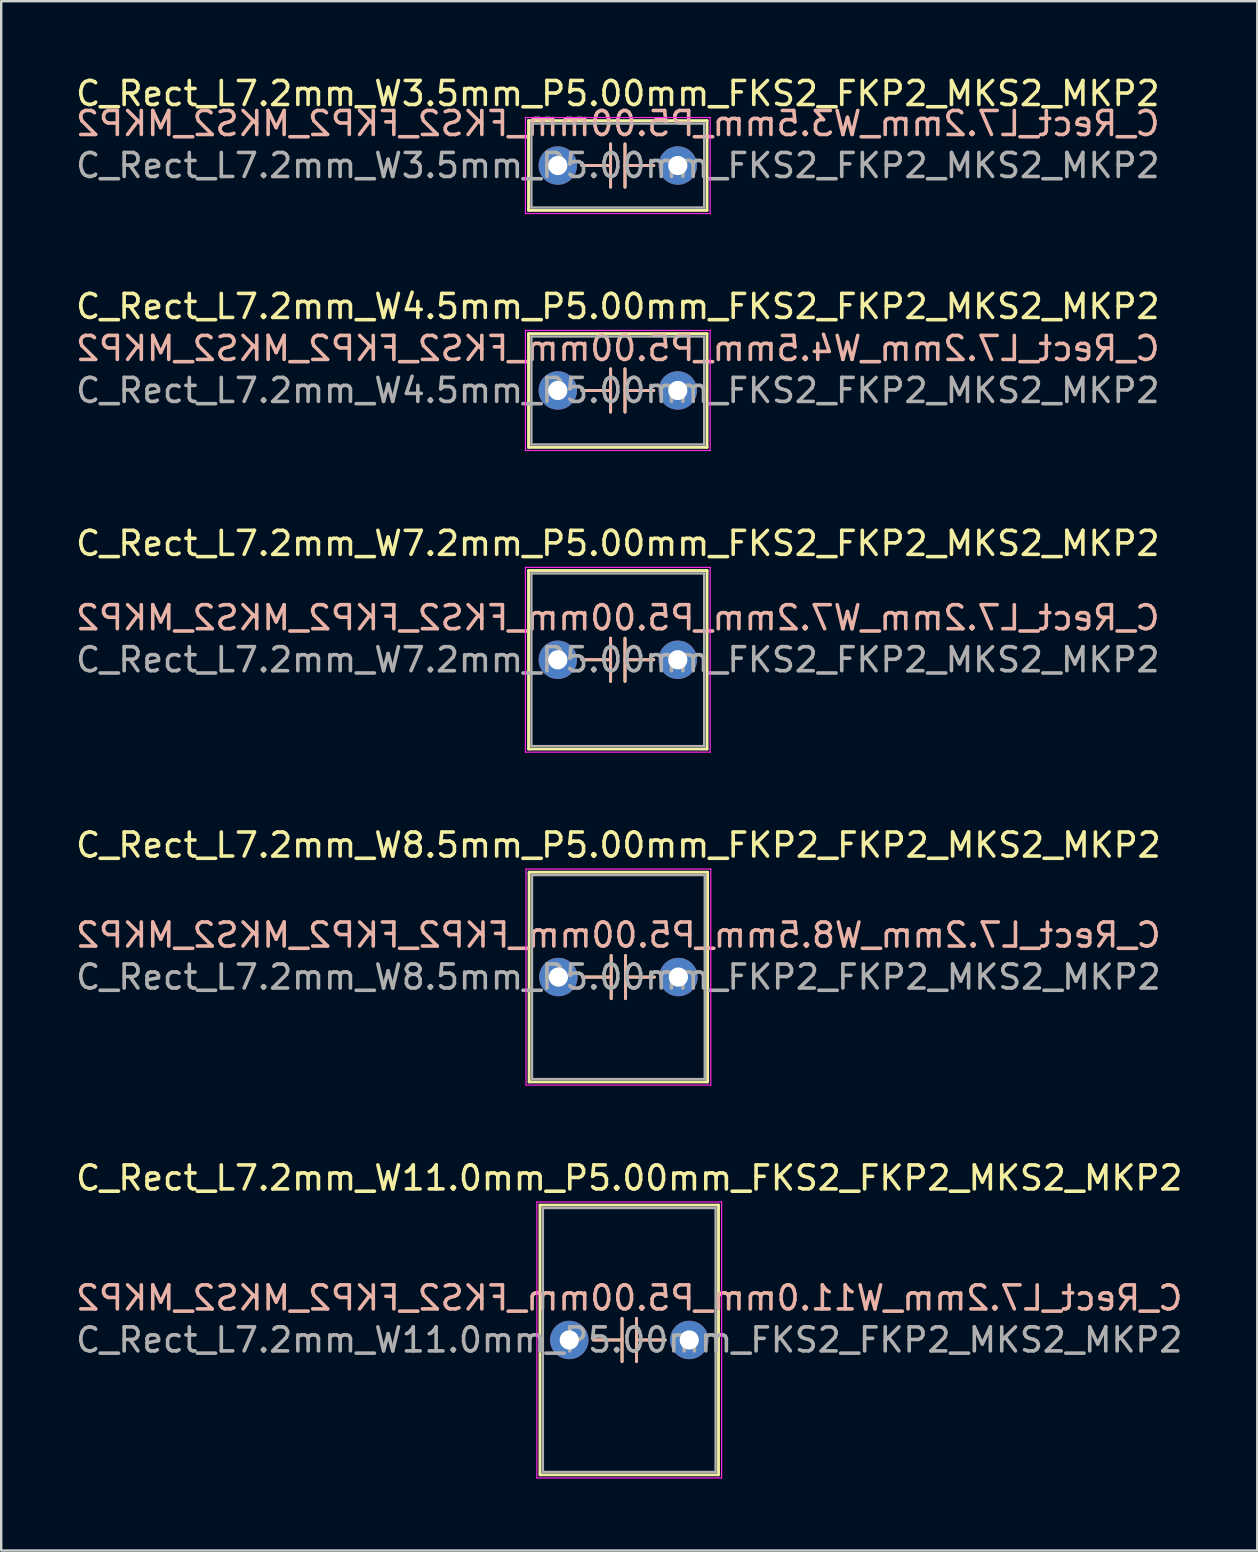
<source format=kicad_pcb>
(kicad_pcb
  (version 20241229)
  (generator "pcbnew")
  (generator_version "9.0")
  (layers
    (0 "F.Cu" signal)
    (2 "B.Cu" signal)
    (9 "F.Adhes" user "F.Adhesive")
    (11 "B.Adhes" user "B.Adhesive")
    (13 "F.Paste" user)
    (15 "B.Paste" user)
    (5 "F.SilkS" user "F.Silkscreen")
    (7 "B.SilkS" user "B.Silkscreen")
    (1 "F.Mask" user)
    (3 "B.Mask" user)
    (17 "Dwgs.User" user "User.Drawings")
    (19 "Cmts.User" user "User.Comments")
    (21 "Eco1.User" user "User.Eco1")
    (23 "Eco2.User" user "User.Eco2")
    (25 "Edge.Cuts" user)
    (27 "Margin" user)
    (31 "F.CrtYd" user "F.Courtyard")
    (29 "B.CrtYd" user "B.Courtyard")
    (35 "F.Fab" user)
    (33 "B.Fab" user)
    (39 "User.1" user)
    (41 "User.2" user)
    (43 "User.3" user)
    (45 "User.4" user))
  (footprint "C_Rect_L7.2mm_W4.5mm_P5.00mm_FKS2_FKP2_MKS2_MKP2"
    (layer "F.Cu")
    (at 20.196 13.222)
    (property "Reference" "C_Rect_L7.2mm_W4.5mm_P5.00mm_FKS2_FKP2_MKS2_MKP2" (at 2.5 -3.5 0) (layer "F.SilkS") (effects (font (size 1 1) (thickness 0.15))))
    (fp_line (start -1.22 -2.37) (end -1.22 2.37) (stroke (width 0.12) (type solid)) (layer "F.SilkS"))
    (fp_line (start -1.22 -2.37) (end 6.22 -2.37) (stroke (width 0.12) (type solid)) (layer "F.SilkS"))
    (fp_line (start -1.22 2.37) (end 6.22 2.37) (stroke (width 0.12) (type solid)) (layer "F.SilkS"))
    (fp_line (start 1 0) (end 2.2 0) (stroke (width 0.12) (type solid)) (layer "F.SilkS"))
    (fp_line (start 2.2 -0.9) (end 2.2 0.9) (stroke (width 0.12) (type solid)) (layer "F.SilkS"))
    (fp_line (start 2.8 -0.9) (end 2.8 0.9) (stroke (width 0.12) (type solid)) (layer "F.SilkS"))
    (fp_line (start 4 0) (end 2.8 0) (stroke (width 0.12) (type solid)) (layer "F.SilkS"))
    (fp_line (start 6.22 -2.37) (end 6.22 2.37) (stroke (width 0.12) (type solid)) (layer "F.SilkS"))
    (fp_line (start 1 0) (end 2.2 0) (stroke (width 0.12) (type solid)) (layer "B.SilkS"))
    (fp_line (start 2.2 0.9) (end 2.2 -0.9) (stroke (width 0.12) (type solid)) (layer "B.SilkS"))
    (fp_line (start 2.8 0.9) (end 2.8 -0.9) (stroke (width 0.12) (type solid)) (layer "B.SilkS"))
    (fp_line (start 4 0) (end 2.8 0) (stroke (width 0.12) (type solid)) (layer "B.SilkS"))
    (fp_line (start -1.35 -2.5) (end -1.35 2.5) (stroke (width 0.05) (type solid)) (layer "F.CrtYd"))
    (fp_line (start -1.35 2.5) (end 6.35 2.5) (stroke (width 0.05) (type solid)) (layer "F.CrtYd"))
    (fp_line (start 6.35 -2.5) (end -1.35 -2.5) (stroke (width 0.05) (type solid)) (layer "F.CrtYd"))
    (fp_line (start 6.35 2.5) (end 6.35 -2.5) (stroke (width 0.05) (type solid)) (layer "F.CrtYd"))
    (fp_line (start -1.1 -2.25) (end -1.1 2.25) (stroke (width 0.1) (type solid)) (layer "F.Fab"))
    (fp_line (start -1.1 2.25) (end 6.1 2.25) (stroke (width 0.1) (type solid)) (layer "F.Fab"))
    (fp_line (start 6.1 -2.25) (end -1.1 -2.25) (stroke (width 0.1) (type solid)) (layer "F.Fab"))
    (fp_line (start 6.1 2.25) (end 6.1 -2.25) (stroke (width 0.1) (type solid)) (layer "F.Fab"))
    (fp_text user "${REFERENCE}" (at 2.5 -1.75 0) (layer "B.SilkS") (effects (font (size 1 1) (thickness 0.15)) (justify mirror)))
    (fp_text user "${REFERENCE}" (at 2.5 0 0) (layer "F.Fab") (effects (font (size 1 1) (thickness 0.15))))
    (pad "1" thru_hole circle (at 0 0) (size 1.6 1.6) (drill 0.8) (layers "*.Cu" "*.Mask"))
    (pad "2" thru_hole circle (at 5 0) (size 1.6 1.6) (drill 0.8) (layers "*.Cu" "*.Mask")))
  (footprint "C_Rect_L7.2mm_W11.0mm_P5.00mm_FKS2_FKP2_MKS2_MKP2"
    (layer "F.Cu")
    (at 20.673 52.791)
    (property "Reference" "C_Rect_L7.2mm_W11.0mm_P5.00mm_FKS2_FKP2_MKS2_MKP2" (at 2.5 -6.75 0) (layer "F.SilkS") (effects (font (size 1 1) (thickness 0.15))))
    (fp_line (start -1.22 -5.62) (end -1.22 5.62) (stroke (width 0.12) (type solid)) (layer "F.SilkS"))
    (fp_line (start -1.22 -5.62) (end 6.22 -5.62) (stroke (width 0.12) (type solid)) (layer "F.SilkS"))
    (fp_line (start -1.22 5.62) (end 6.22 5.62) (stroke (width 0.12) (type solid)) (layer "F.SilkS"))
    (fp_line (start 1 0) (end 2.2 0) (stroke (width 0.12) (type solid)) (layer "F.SilkS"))
    (fp_line (start 2.2 -0.9) (end 2.2 0.9) (stroke (width 0.12) (type solid)) (layer "F.SilkS"))
    (fp_line (start 2.8 -0.9) (end 2.8 0.9) (stroke (width 0.12) (type solid)) (layer "F.SilkS"))
    (fp_line (start 4 0) (end 2.8 0) (stroke (width 0.12) (type solid)) (layer "F.SilkS"))
    (fp_line (start 6.22 -5.62) (end 6.22 5.62) (stroke (width 0.12) (type solid)) (layer "F.SilkS"))
    (fp_line (start 1 0) (end 2.2 0) (stroke (width 0.12) (type solid)) (layer "B.SilkS"))
    (fp_line (start 2.2 0.9) (end 2.2 -0.9) (stroke (width 0.12) (type solid)) (layer "B.SilkS"))
    (fp_line (start 2.8 0.9) (end 2.8 -0.9) (stroke (width 0.12) (type solid)) (layer "B.SilkS"))
    (fp_line (start 4 0) (end 2.8 0) (stroke (width 0.12) (type solid)) (layer "B.SilkS"))
    (fp_line (start -1.35 -5.75) (end -1.35 5.75) (stroke (width 0.05) (type solid)) (layer "F.CrtYd"))
    (fp_line (start -1.35 5.75) (end 6.35 5.75) (stroke (width 0.05) (type solid)) (layer "F.CrtYd"))
    (fp_line (start 6.35 -5.75) (end -1.35 -5.75) (stroke (width 0.05) (type solid)) (layer "F.CrtYd"))
    (fp_line (start 6.35 5.75) (end 6.35 -5.75) (stroke (width 0.05) (type solid)) (layer "F.CrtYd"))
    (fp_line (start -1.1 -5.5) (end -1.1 5.5) (stroke (width 0.1) (type solid)) (layer "F.Fab"))
    (fp_line (start -1.1 5.5) (end 6.1 5.5) (stroke (width 0.1) (type solid)) (layer "F.Fab"))
    (fp_line (start 6.1 -5.5) (end -1.1 -5.5) (stroke (width 0.1) (type solid)) (layer "F.Fab"))
    (fp_line (start 6.1 5.5) (end 6.1 -5.5) (stroke (width 0.1) (type solid)) (layer "F.Fab"))
    (fp_text user "${REFERENCE}" (at 2.5 -1.75 0) (layer "B.SilkS") (effects (font (size 1 1) (thickness 0.15)) (justify mirror)))
    (fp_text user "${REFERENCE}" (at 2.5 0 0) (layer "F.Fab") (effects (font (size 1 1) (thickness 0.15))))
    (pad "1" thru_hole circle (at 0 0) (size 1.6 1.6) (drill 0.8) (layers "*.Cu" "*.Mask"))
    (pad "2" thru_hole circle (at 5 0) (size 1.6 1.6) (drill 0.8) (layers "*.Cu" "*.Mask")))
  (footprint "C_Rect_L7.2mm_W8.5mm_P5.00mm_FKP2_FKP2_MKS2_MKP2"
    (layer "F.Cu")
    (at 20.22 37.668)
    (property "Reference" "C_Rect_L7.2mm_W8.5mm_P5.00mm_FKP2_FKP2_MKS2_MKP2" (at 2.5 -5.5 0) (layer "F.SilkS") (effects (font (size 1 1) (thickness 0.15))))
    (fp_line (start -1.22 -4.37) (end -1.22 4.37) (stroke (width 0.12) (type solid)) (layer "F.SilkS"))
    (fp_line (start -1.22 -4.37) (end 6.22 -4.37) (stroke (width 0.12) (type solid)) (layer "F.SilkS"))
    (fp_line (start -1.22 4.37) (end 6.22 4.37) (stroke (width 0.12) (type solid)) (layer "F.SilkS"))
    (fp_line (start 1 0) (end 2.2 0) (stroke (width 0.12) (type solid)) (layer "F.SilkS"))
    (fp_line (start 2.2 -0.9) (end 2.2 0.9) (stroke (width 0.12) (type solid)) (layer "F.SilkS"))
    (fp_line (start 2.8 -0.9) (end 2.8 0.9) (stroke (width 0.12) (type solid)) (layer "F.SilkS"))
    (fp_line (start 4 0) (end 2.8 0) (stroke (width 0.12) (type solid)) (layer "F.SilkS"))
    (fp_line (start 6.22 -4.37) (end 6.22 4.37) (stroke (width 0.12) (type solid)) (layer "F.SilkS"))
    (fp_line (start 1 0) (end 2.2 0) (stroke (width 0.12) (type solid)) (layer "B.SilkS"))
    (fp_line (start 2.2 0.9) (end 2.2 -0.9) (stroke (width 0.12) (type solid)) (layer "B.SilkS"))
    (fp_line (start 2.8 0.9) (end 2.8 -0.9) (stroke (width 0.12) (type solid)) (layer "B.SilkS"))
    (fp_line (start 4 0) (end 2.8 0) (stroke (width 0.12) (type solid)) (layer "B.SilkS"))
    (fp_line (start -1.35 -4.5) (end -1.35 4.5) (stroke (width 0.05) (type solid)) (layer "F.CrtYd"))
    (fp_line (start -1.35 4.5) (end 6.35 4.5) (stroke (width 0.05) (type solid)) (layer "F.CrtYd"))
    (fp_line (start 6.35 -4.5) (end -1.35 -4.5) (stroke (width 0.05) (type solid)) (layer "F.CrtYd"))
    (fp_line (start 6.35 4.5) (end 6.35 -4.5) (stroke (width 0.05) (type solid)) (layer "F.CrtYd"))
    (fp_line (start -1.1 -4.25) (end -1.1 4.25) (stroke (width 0.1) (type solid)) (layer "F.Fab"))
    (fp_line (start -1.1 4.25) (end 6.1 4.25) (stroke (width 0.1) (type solid)) (layer "F.Fab"))
    (fp_line (start 6.1 -4.25) (end -1.1 -4.25) (stroke (width 0.1) (type solid)) (layer "F.Fab"))
    (fp_line (start 6.1 4.25) (end 6.1 -4.25) (stroke (width 0.1) (type solid)) (layer "F.Fab"))
    (fp_text user "${REFERENCE}" (at 2.5 -1.75 0) (layer "B.SilkS") (effects (font (size 1 1) (thickness 0.15)) (justify mirror)))
    (fp_text user "${REFERENCE}" (at 2.5 0 0) (layer "F.Fab") (effects (font (size 1 1) (thickness 0.15))))
    (pad "1" thru_hole circle (at 0 0) (size 1.6 1.6) (drill 0.8) (layers "*.Cu" "*.Mask"))
    (pad "2" thru_hole circle (at 5 0) (size 1.6 1.6) (drill 0.8) (layers "*.Cu" "*.Mask")))
  (footprint "C_Rect_L7.2mm_W7.2mm_P5.00mm_FKS2_FKP2_MKS2_MKP2"
    (layer "F.Cu")
    (at 20.196 24.445)
    (property "Reference" "C_Rect_L7.2mm_W7.2mm_P5.00mm_FKS2_FKP2_MKS2_MKP2" (at 2.5 -4.85 0) (layer "F.SilkS") (effects (font (size 1 1) (thickness 0.15))))
    (fp_line (start -1.22 -3.72) (end -1.22 3.72) (stroke (width 0.12) (type solid)) (layer "F.SilkS"))
    (fp_line (start -1.22 -3.72) (end 6.22 -3.72) (stroke (width 0.12) (type solid)) (layer "F.SilkS"))
    (fp_line (start -1.22 3.72) (end 6.22 3.72) (stroke (width 0.12) (type solid)) (layer "F.SilkS"))
    (fp_line (start 1 0) (end 2.2 0) (stroke (width 0.12) (type solid)) (layer "F.SilkS"))
    (fp_line (start 2.2 -0.9) (end 2.2 0.9) (stroke (width 0.12) (type solid)) (layer "F.SilkS"))
    (fp_line (start 2.8 -0.9) (end 2.8 0.9) (stroke (width 0.12) (type solid)) (layer "F.SilkS"))
    (fp_line (start 4 0) (end 2.8 0) (stroke (width 0.12) (type solid)) (layer "F.SilkS"))
    (fp_line (start 6.22 -3.72) (end 6.22 3.72) (stroke (width 0.12) (type solid)) (layer "F.SilkS"))
    (fp_line (start 1 0) (end 2.2 0) (stroke (width 0.12) (type solid)) (layer "B.SilkS"))
    (fp_line (start 2.2 0.9) (end 2.2 -0.9) (stroke (width 0.12) (type solid)) (layer "B.SilkS"))
    (fp_line (start 2.8 0.9) (end 2.8 -0.9) (stroke (width 0.12) (type solid)) (layer "B.SilkS"))
    (fp_line (start 4 0) (end 2.8 0) (stroke (width 0.12) (type solid)) (layer "B.SilkS"))
    (fp_line (start -1.35 -3.85) (end -1.35 3.85) (stroke (width 0.05) (type solid)) (layer "F.CrtYd"))
    (fp_line (start -1.35 3.85) (end 6.35 3.85) (stroke (width 0.05) (type solid)) (layer "F.CrtYd"))
    (fp_line (start 6.35 -3.85) (end -1.35 -3.85) (stroke (width 0.05) (type solid)) (layer "F.CrtYd"))
    (fp_line (start 6.35 3.85) (end 6.35 -3.85) (stroke (width 0.05) (type solid)) (layer "F.CrtYd"))
    (fp_line (start -1.1 -3.6) (end -1.1 3.6) (stroke (width 0.1) (type solid)) (layer "F.Fab"))
    (fp_line (start -1.1 3.6) (end 6.1 3.6) (stroke (width 0.1) (type solid)) (layer "F.Fab"))
    (fp_line (start 6.1 -3.6) (end -1.1 -3.6) (stroke (width 0.1) (type solid)) (layer "F.Fab"))
    (fp_line (start 6.1 3.6) (end 6.1 -3.6) (stroke (width 0.1) (type solid)) (layer "F.Fab"))
    (fp_text user "${REFERENCE}" (at 2.5 -1.75 0) (layer "B.SilkS") (effects (font (size 1 1) (thickness 0.15)) (justify mirror)))
    (fp_text user "${REFERENCE}" (at 2.5 0 0) (layer "F.Fab") (effects (font (size 1 1) (thickness 0.15))))
    (pad "1" thru_hole circle (at 0 0) (size 1.6 1.6) (drill 0.8) (layers "*.Cu" "*.Mask"))
    (pad "2" thru_hole circle (at 5 0) (size 1.6 1.6) (drill 0.8) (layers "*.Cu" "*.Mask")))
  (footprint "C_Rect_L7.2mm_W3.5mm_P5.00mm_FKS2_FKP2_MKS2_MKP2"
    (layer "F.Cu")
    (at 20.196 3.848)
    (property "Reference" "C_Rect_L7.2mm_W3.5mm_P5.00mm_FKS2_FKP2_MKS2_MKP2" (at 2.5 -3 0) (layer "F.SilkS") (effects (font (size 1 1) (thickness 0.15))))
    (fp_line (start -1.22 -1.87) (end -1.22 1.87) (stroke (width 0.12) (type solid)) (layer "F.SilkS"))
    (fp_line (start -1.22 -1.87) (end 6.22 -1.87) (stroke (width 0.12) (type solid)) (layer "F.SilkS"))
    (fp_line (start -1.22 1.87) (end 6.22 1.87) (stroke (width 0.12) (type solid)) (layer "F.SilkS"))
    (fp_line (start 1 0) (end 2.2 0) (stroke (width 0.12) (type solid)) (layer "F.SilkS"))
    (fp_line (start 2.2 -0.9) (end 2.2 0.9) (stroke (width 0.12) (type solid)) (layer "F.SilkS"))
    (fp_line (start 2.8 -0.9) (end 2.8 0.9) (stroke (width 0.12) (type solid)) (layer "F.SilkS"))
    (fp_line (start 4 0) (end 2.8 0) (stroke (width 0.12) (type solid)) (layer "F.SilkS"))
    (fp_line (start 6.22 -1.87) (end 6.22 1.87) (stroke (width 0.12) (type solid)) (layer "F.SilkS"))
    (fp_line (start 1 0) (end 2.2 0) (stroke (width 0.12) (type solid)) (layer "B.SilkS"))
    (fp_line (start 2.2 0.9) (end 2.2 -0.9) (stroke (width 0.12) (type solid)) (layer "B.SilkS"))
    (fp_line (start 2.8 0.9) (end 2.8 -0.9) (stroke (width 0.12) (type solid)) (layer "B.SilkS"))
    (fp_line (start 4 0) (end 2.8 0) (stroke (width 0.12) (type solid)) (layer "B.SilkS"))
    (fp_line (start -1.35 -2) (end -1.35 2) (stroke (width 0.05) (type solid)) (layer "F.CrtYd"))
    (fp_line (start -1.35 2) (end 6.35 2) (stroke (width 0.05) (type solid)) (layer "F.CrtYd"))
    (fp_line (start 6.35 -2) (end -1.35 -2) (stroke (width 0.05) (type solid)) (layer "F.CrtYd"))
    (fp_line (start 6.35 2) (end 6.35 -2) (stroke (width 0.05) (type solid)) (layer "F.CrtYd"))
    (fp_line (start -1.1 -1.75) (end -1.1 1.75) (stroke (width 0.1) (type solid)) (layer "F.Fab"))
    (fp_line (start -1.1 1.75) (end 6.1 1.75) (stroke (width 0.1) (type solid)) (layer "F.Fab"))
    (fp_line (start 6.1 -1.75) (end -1.1 -1.75) (stroke (width 0.1) (type solid)) (layer "F.Fab"))
    (fp_line (start 6.1 1.75) (end 6.1 -1.75) (stroke (width 0.1) (type solid)) (layer "F.Fab"))
    (fp_text user "${REFERENCE}" (at 2.5 -1.75 0) (layer "B.SilkS") (effects (font (size 1 1) (thickness 0.15)) (justify mirror)))
    (fp_text user "${REFERENCE}" (at 2.5 0 0) (layer "F.Fab") (effects (font (size 1 1) (thickness 0.15))))
    (pad "1" thru_hole circle (at 0 0) (size 1.6 1.6) (drill 0.8) (layers "*.Cu" "*.Mask"))
    (pad "2" thru_hole circle (at 5 0) (size 1.6 1.6) (drill 0.8) (layers "*.Cu" "*.Mask")))
  (gr_rect
    (start -3 -3)
    (end 49.345 61.566)
    (stroke (width 0.1) (type default))
    (fill no)
    (layer "Edge.Cuts")))
</source>
